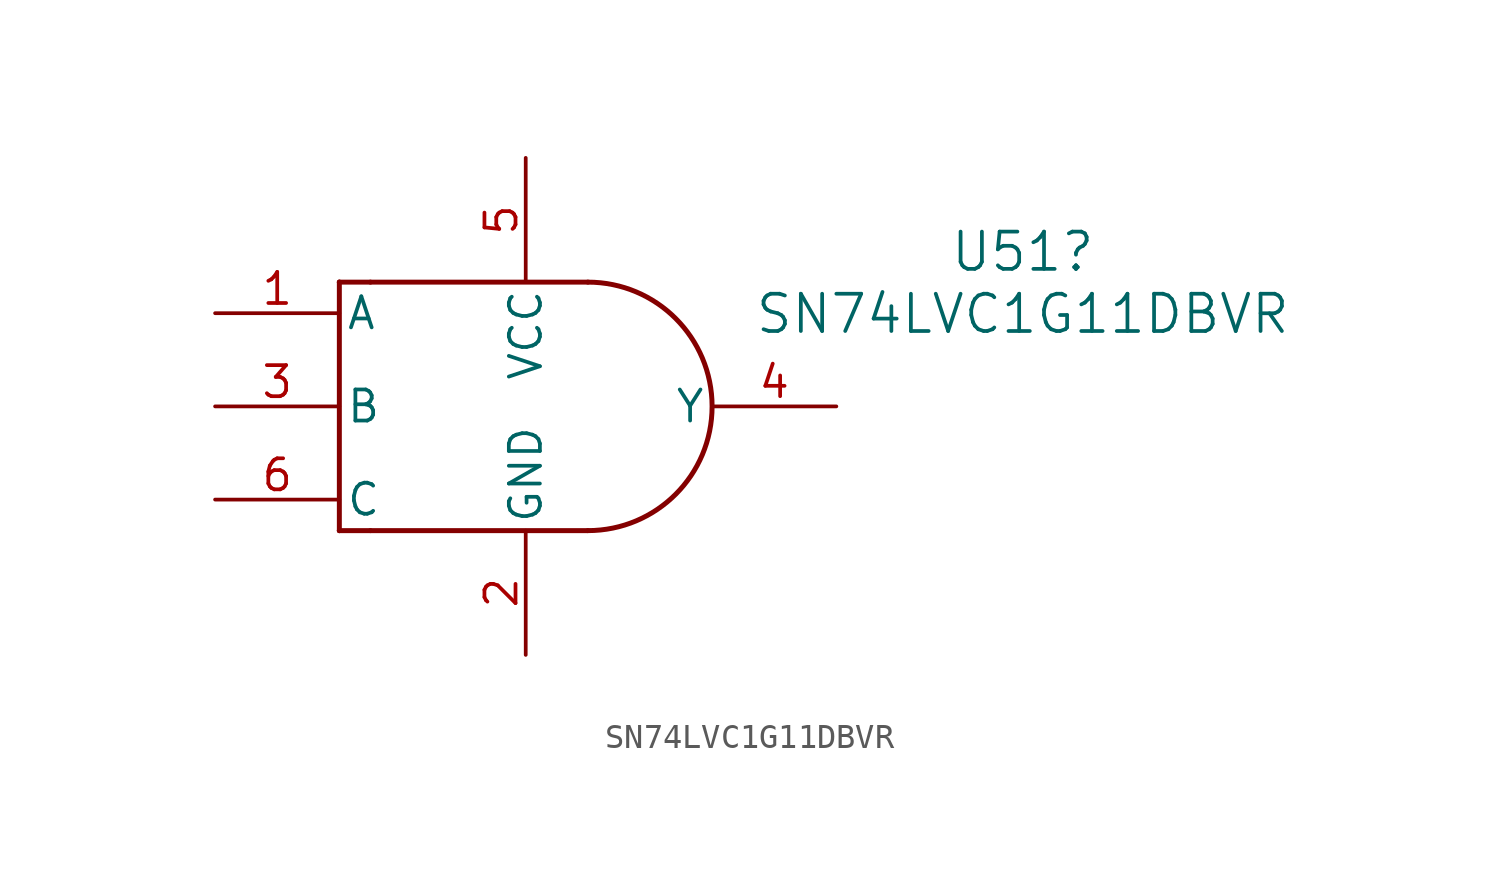
<source format=kicad_sym>
(kicad_symbol_lib
  (version 20231120)
  (generator "kicad_symbol_editor")
  (generator_version "8.0")
  (symbol "SN74LVC1G11DBVR"
    (pin_names
      (offset 0.254))
    (property "Reference" "U51"
      (at 20.32 6.319 0)
      (effects (font (size 1.524 1.524))))
    (property "Value" "SN74LVC1G11DBVR"
      (at 20.32 3.779 0)
      (effects (font (size 1.524 1.524))))
    (property "ki_locked" ""
      (at 0 0 0)
      (effects (font (size 1.27 1.27))))
    (symbol "SN74LVC1G11DBVR_0_1"
      (polyline (pts (xy -7.62 -5.08) (xy -7.62 -5.08)) (stroke (width 0.203) (type default)) (fill (type none)))
      (polyline (pts (xy -7.62 -5.08) (xy -7.62 5.08)) (stroke (width 0.203) (type default)) (fill (type none)))
      (polyline (pts (xy -7.62 5.08) (xy -7.62 5.08)) (stroke (width 0.203) (type default)) (fill (type none)))
      (polyline (pts (xy -7.62 5.08) (xy -6.35 5.08)) (stroke (width 0.203) (type default)) (fill (type none)))
      (polyline (pts (xy -6.35 -5.08) (xy -7.62 -5.08)) (stroke (width 0.203) (type default)) (fill (type none)))
      (polyline (pts (xy -6.35 -5.08) (xy 2.54 -5.08)) (stroke (width 0.203) (type default)) (fill (type none)))
      (polyline (pts (xy -6.35 5.08) (xy 2.54 5.08)) (stroke (width 0.203) (type default)) (fill (type none)))
      (arc (start 2.54 -5.08) (mid 7.5978 0) (end 2.54 5.08) (stroke (width 0.2032) (type default)) (fill (type none)))
      (pin input line (at -12.7 3.81 0) (length 5.08) (name "A" (effects (font (size 1.27 1.27)))) (number "1" (effects (font (size 1.27 1.27)))))
      (pin power_in line (at 0 -10.16 90) (length 5.08) (name "GND" (effects (font (size 1.27 1.27)))) (number "2" (effects (font (size 1.27 1.27)))))
      (pin input line (at -12.7 0 0) (length 5.08) (name "B" (effects (font (size 1.27 1.27)))) (number "3" (effects (font (size 1.27 1.27)))))
      (pin output line (at 12.7 0 180) (length 5.08) (name "Y" (effects (font (size 1.27 1.27)))) (number "4" (effects (font (size 1.27 1.27)))))
      (pin power_in line (at 0 10.16 270) (length 5.08) (name "VCC" (effects (font (size 1.27 1.27)))) (number "5" (effects (font (size 1.27 1.27)))))
      (pin input line (at -12.7 -3.81 0) (length 5.08) (name "C" (effects (font (size 1.27 1.27)))) (number "6" (effects (font (size 1.27 1.27))))))))
</source>
